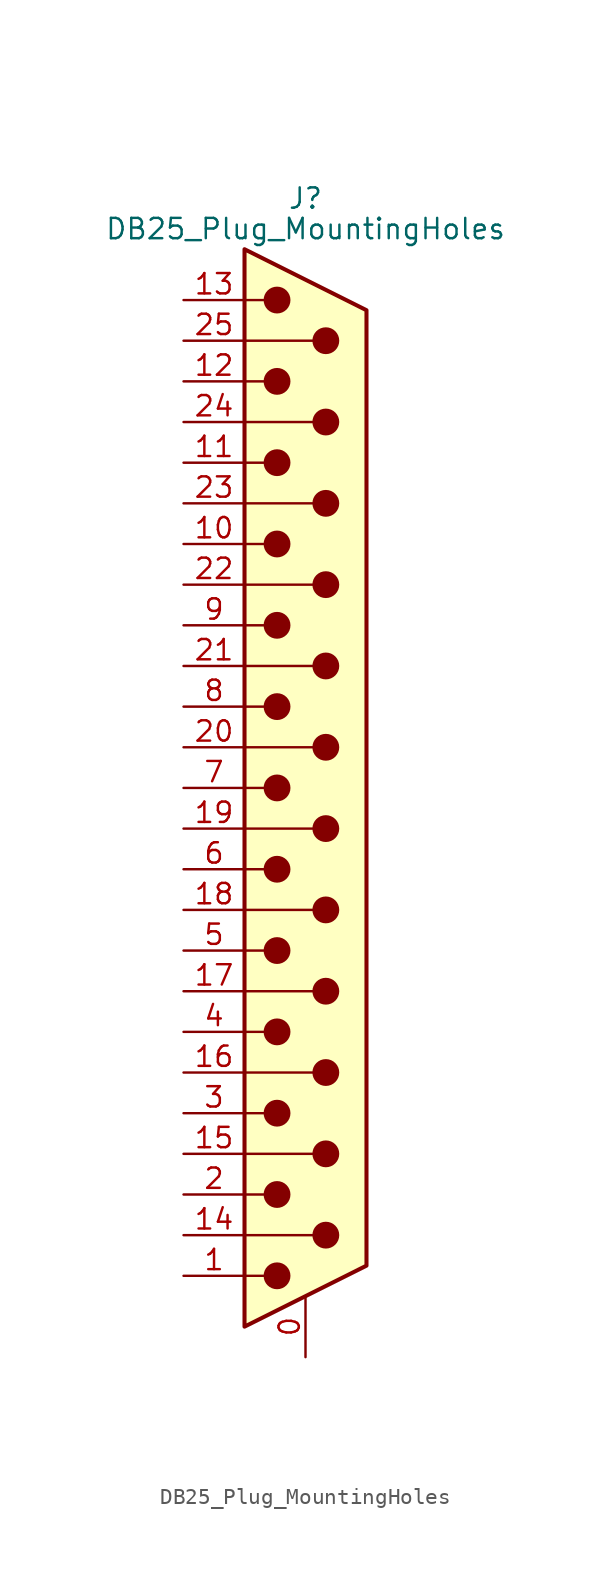
<source format=kicad_sym>
(kicad_symbol_lib
  (version 20220914)
  (generator kicad_symbol_editor)
  (symbol "DB25_Plug_MountingHoles"
    (pin_names
      (offset 1.016) hide)
    (property "Reference" "J"
      (at 0 36.83 0)
      (effects (font (size 1.27 1.27))))
    (property "Value" "DB25_Plug_MountingHoles"
      (at 0 34.925 0)
      (effects (font (size 1.27 1.27))))
    (symbol "DB25_Plug_MountingHoles_0_1"
      (circle (center -1.778 -30.48) (radius 0.762) (stroke (width 0) (type default)) (fill (type outline)))
      (circle (center -1.778 -25.4) (radius 0.762) (stroke (width 0) (type default)) (fill (type outline)))
      (circle (center -1.778 -20.32) (radius 0.762) (stroke (width 0) (type default)) (fill (type outline)))
      (circle (center -1.778 -15.24) (radius 0.762) (stroke (width 0) (type default)) (fill (type outline)))
      (circle (center -1.778 -10.16) (radius 0.762) (stroke (width 0) (type default)) (fill (type outline)))
      (circle (center -1.778 -5.08) (radius 0.762) (stroke (width 0) (type default)) (fill (type outline)))
      (circle (center -1.778 0) (radius 0.762) (stroke (width 0) (type default)) (fill (type outline)))
      (circle (center -1.778 5.08) (radius 0.762) (stroke (width 0) (type default)) (fill (type outline)))
      (circle (center -1.778 10.16) (radius 0.762) (stroke (width 0) (type default)) (fill (type outline)))
      (circle (center -1.778 15.24) (radius 0.762) (stroke (width 0) (type default)) (fill (type outline)))
      (circle (center -1.778 20.32) (radius 0.762) (stroke (width 0) (type default)) (fill (type outline)))
      (circle (center -1.778 25.4) (radius 0.762) (stroke (width 0) (type default)) (fill (type outline)))
      (circle (center -1.778 30.48) (radius 0.762) (stroke (width 0) (type default)) (fill (type outline)))
      (polyline (pts (xy -3.81 -30.48) (xy -2.54 -30.48)) (stroke (width 0) (type default)) (fill (type none)))
      (polyline (pts (xy -3.81 -27.94) (xy 0.508 -27.94)) (stroke (width 0) (type default)) (fill (type none)))
      (polyline (pts (xy -3.81 -25.4) (xy -2.54 -25.4)) (stroke (width 0) (type default)) (fill (type none)))
      (polyline (pts (xy -3.81 -22.86) (xy 0.508 -22.86)) (stroke (width 0) (type default)) (fill (type none)))
      (polyline (pts (xy -3.81 -20.32) (xy -2.54 -20.32)) (stroke (width 0) (type default)) (fill (type none)))
      (polyline (pts (xy -3.81 -17.78) (xy 0.508 -17.78)) (stroke (width 0) (type default)) (fill (type none)))
      (polyline (pts (xy -3.81 -15.24) (xy -2.54 -15.24)) (stroke (width 0) (type default)) (fill (type none)))
      (polyline (pts (xy -3.81 -12.7) (xy 0.508 -12.7)) (stroke (width 0) (type default)) (fill (type none)))
      (polyline (pts (xy -3.81 -10.16) (xy -2.54 -10.16)) (stroke (width 0) (type default)) (fill (type none)))
      (polyline (pts (xy -3.81 -7.62) (xy 0.508 -7.62)) (stroke (width 0) (type default)) (fill (type none)))
      (polyline (pts (xy -3.81 -5.08) (xy -2.54 -5.08)) (stroke (width 0) (type default)) (fill (type none)))
      (polyline (pts (xy -3.81 -2.54) (xy 0.508 -2.54)) (stroke (width 0) (type default)) (fill (type none)))
      (polyline (pts (xy -3.81 0) (xy -2.54 0)) (stroke (width 0) (type default)) (fill (type none)))
      (polyline (pts (xy -3.81 2.54) (xy 0.508 2.54)) (stroke (width 0) (type default)) (fill (type none)))
      (polyline (pts (xy -3.81 5.08) (xy -2.54 5.08)) (stroke (width 0) (type default)) (fill (type none)))
      (polyline (pts (xy -3.81 7.62) (xy 0.508 7.62)) (stroke (width 0) (type default)) (fill (type none)))
      (polyline (pts (xy -3.81 10.16) (xy -2.54 10.16)) (stroke (width 0) (type default)) (fill (type none)))
      (polyline (pts (xy -3.81 12.7) (xy 0.508 12.7)) (stroke (width 0) (type default)) (fill (type none)))
      (polyline (pts (xy -3.81 15.24) (xy -2.54 15.24)) (stroke (width 0) (type default)) (fill (type none)))
      (polyline (pts (xy -3.81 17.78) (xy 0.508 17.78)) (stroke (width 0) (type default)) (fill (type none)))
      (polyline (pts (xy -3.81 20.32) (xy -2.54 20.32)) (stroke (width 0) (type default)) (fill (type none)))
      (polyline (pts (xy -3.81 22.86) (xy 0.508 22.86)) (stroke (width 0) (type default)) (fill (type none)))
      (polyline (pts (xy -3.81 25.4) (xy -2.54 25.4)) (stroke (width 0) (type default)) (fill (type none)))
      (polyline (pts (xy -3.81 27.94) (xy 0.508 27.94)) (stroke (width 0) (type default)) (fill (type none)))
      (polyline (pts (xy -3.81 30.48) (xy -2.54 30.48)) (stroke (width 0) (type default)) (fill (type none)))
      (polyline (pts (xy -3.81 -33.655) (xy 3.81 -29.845) (xy 3.81 29.845) (xy -3.81 33.655) (xy -3.81 -33.655)) (stroke (width 0.254) (type default)) (fill (type background)))
      (circle (center 1.27 -27.94) (radius 0.762) (stroke (width 0) (type default)) (fill (type outline)))
      (circle (center 1.27 -22.86) (radius 0.762) (stroke (width 0) (type default)) (fill (type outline)))
      (circle (center 1.27 -17.78) (radius 0.762) (stroke (width 0) (type default)) (fill (type outline)))
      (circle (center 1.27 -12.7) (radius 0.762) (stroke (width 0) (type default)) (fill (type outline)))
      (circle (center 1.27 -7.62) (radius 0.762) (stroke (width 0) (type default)) (fill (type outline)))
      (circle (center 1.27 -2.54) (radius 0.762) (stroke (width 0) (type default)) (fill (type outline)))
      (circle (center 1.27 2.54) (radius 0.762) (stroke (width 0) (type default)) (fill (type outline)))
      (circle (center 1.27 7.62) (radius 0.762) (stroke (width 0) (type default)) (fill (type outline)))
      (circle (center 1.27 12.7) (radius 0.762) (stroke (width 0) (type default)) (fill (type outline)))
      (circle (center 1.27 17.78) (radius 0.762) (stroke (width 0) (type default)) (fill (type outline)))
      (circle (center 1.27 22.86) (radius 0.762) (stroke (width 0) (type default)) (fill (type outline)))
      (circle (center 1.27 27.94) (radius 0.762) (stroke (width 0) (type default)) (fill (type outline))))
    (symbol "DB25_Plug_MountingHoles_1_1"
      (pin passive line (at 0 -35.56 90) (length 3.81) (name "PAD" (effects (font (size 1.27 1.27)))) (number "0" (effects (font (size 1.27 1.27)))))
      (pin passive line (at -7.62 -30.48 0) (length 3.81) (name "1" (effects (font (size 1.27 1.27)))) (number "1" (effects (font (size 1.27 1.27)))))
      (pin passive line (at -7.62 15.24 0) (length 3.81) (name "10" (effects (font (size 1.27 1.27)))) (number "10" (effects (font (size 1.27 1.27)))))
      (pin passive line (at -7.62 20.32 0) (length 3.81) (name "11" (effects (font (size 1.27 1.27)))) (number "11" (effects (font (size 1.27 1.27)))))
      (pin passive line (at -7.62 25.4 0) (length 3.81) (name "12" (effects (font (size 1.27 1.27)))) (number "12" (effects (font (size 1.27 1.27)))))
      (pin passive line (at -7.62 30.48 0) (length 3.81) (name "13" (effects (font (size 1.27 1.27)))) (number "13" (effects (font (size 1.27 1.27)))))
      (pin passive line (at -7.62 -27.94 0) (length 3.81) (name "P14" (effects (font (size 1.27 1.27)))) (number "14" (effects (font (size 1.27 1.27)))))
      (pin passive line (at -7.62 -22.86 0) (length 3.81) (name "P15" (effects (font (size 1.27 1.27)))) (number "15" (effects (font (size 1.27 1.27)))))
      (pin passive line (at -7.62 -17.78 0) (length 3.81) (name "P16" (effects (font (size 1.27 1.27)))) (number "16" (effects (font (size 1.27 1.27)))))
      (pin passive line (at -7.62 -12.7 0) (length 3.81) (name "P17" (effects (font (size 1.27 1.27)))) (number "17" (effects (font (size 1.27 1.27)))))
      (pin passive line (at -7.62 -7.62 0) (length 3.81) (name "P18" (effects (font (size 1.27 1.27)))) (number "18" (effects (font (size 1.27 1.27)))))
      (pin passive line (at -7.62 -2.54 0) (length 3.81) (name "P19" (effects (font (size 1.27 1.27)))) (number "19" (effects (font (size 1.27 1.27)))))
      (pin passive line (at -7.62 -25.4 0) (length 3.81) (name "2" (effects (font (size 1.27 1.27)))) (number "2" (effects (font (size 1.27 1.27)))))
      (pin passive line (at -7.62 2.54 0) (length 3.81) (name "P20" (effects (font (size 1.27 1.27)))) (number "20" (effects (font (size 1.27 1.27)))))
      (pin passive line (at -7.62 7.62 0) (length 3.81) (name "P21" (effects (font (size 1.27 1.27)))) (number "21" (effects (font (size 1.27 1.27)))))
      (pin passive line (at -7.62 12.7 0) (length 3.81) (name "P22" (effects (font (size 1.27 1.27)))) (number "22" (effects (font (size 1.27 1.27)))))
      (pin passive line (at -7.62 17.78 0) (length 3.81) (name "P23" (effects (font (size 1.27 1.27)))) (number "23" (effects (font (size 1.27 1.27)))))
      (pin passive line (at -7.62 22.86 0) (length 3.81) (name "P24" (effects (font (size 1.27 1.27)))) (number "24" (effects (font (size 1.27 1.27)))))
      (pin passive line (at -7.62 27.94 0) (length 3.81) (name "P25" (effects (font (size 1.27 1.27)))) (number "25" (effects (font (size 1.27 1.27)))))
      (pin passive line (at -7.62 -20.32 0) (length 3.81) (name "3" (effects (font (size 1.27 1.27)))) (number "3" (effects (font (size 1.27 1.27)))))
      (pin passive line (at -7.62 -15.24 0) (length 3.81) (name "4" (effects (font (size 1.27 1.27)))) (number "4" (effects (font (size 1.27 1.27)))))
      (pin passive line (at -7.62 -10.16 0) (length 3.81) (name "5" (effects (font (size 1.27 1.27)))) (number "5" (effects (font (size 1.27 1.27)))))
      (pin passive line (at -7.62 -5.08 0) (length 3.81) (name "6" (effects (font (size 1.27 1.27)))) (number "6" (effects (font (size 1.27 1.27)))))
      (pin passive line (at -7.62 0 0) (length 3.81) (name "7" (effects (font (size 1.27 1.27)))) (number "7" (effects (font (size 1.27 1.27)))))
      (pin passive line (at -7.62 5.08 0) (length 3.81) (name "8" (effects (font (size 1.27 1.27)))) (number "8" (effects (font (size 1.27 1.27)))))
      (pin passive line (at -7.62 10.16 0) (length 3.81) (name "9" (effects (font (size 1.27 1.27)))) (number "9" (effects (font (size 1.27 1.27))))))))
</source>
